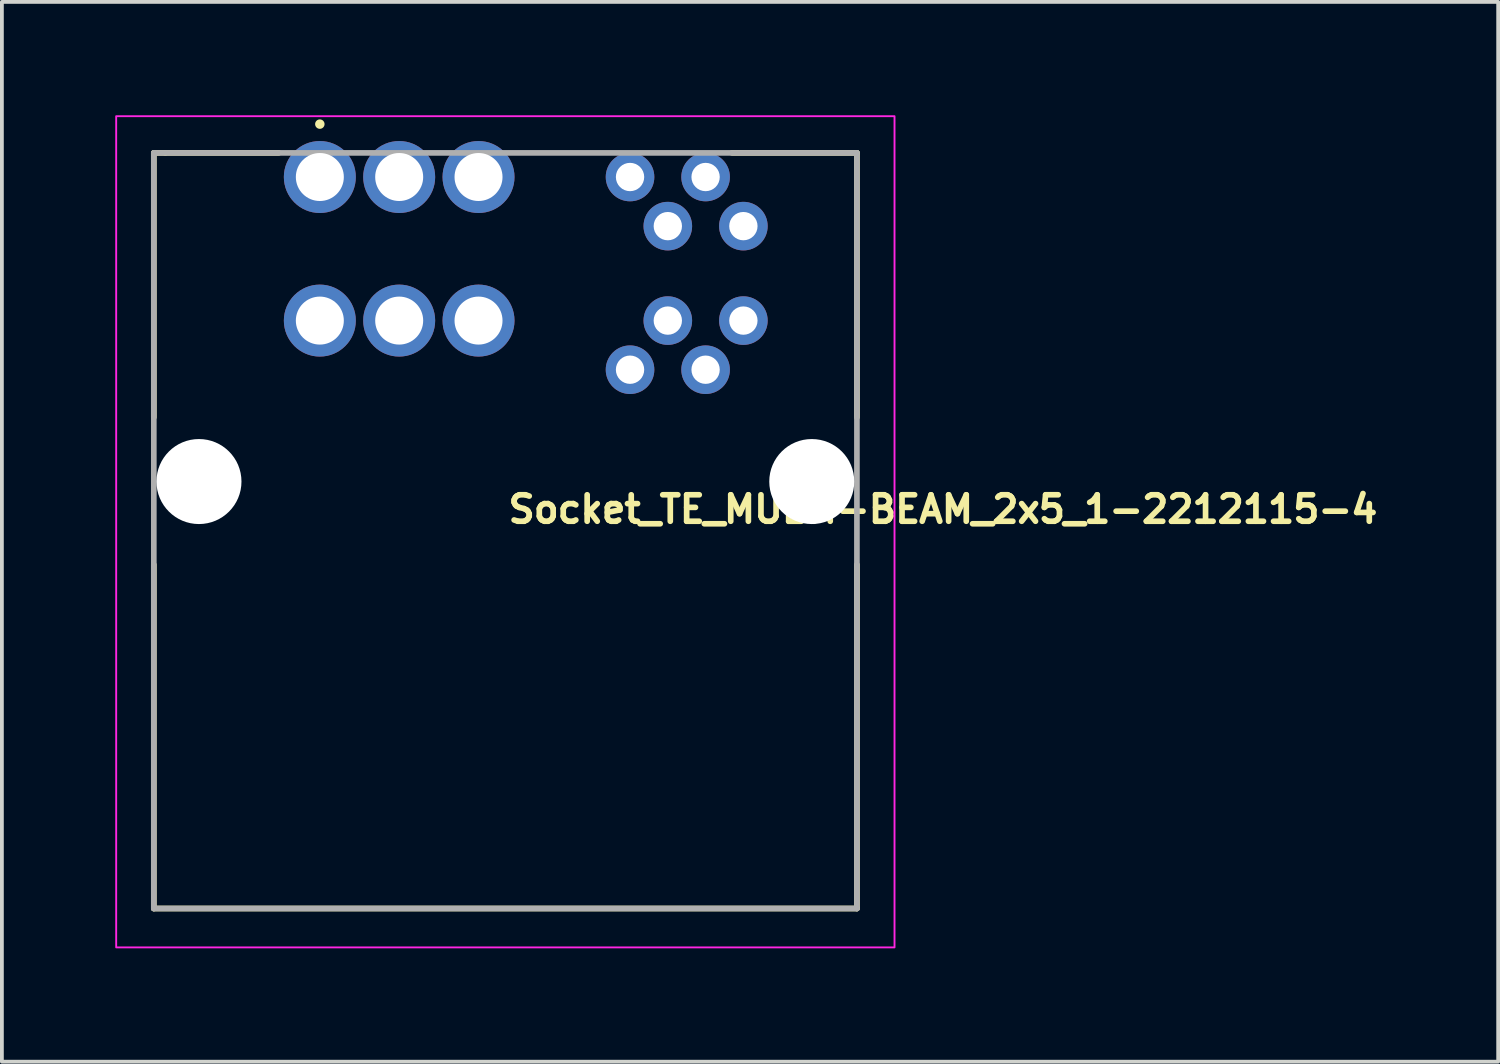
<source format=kicad_pcb>
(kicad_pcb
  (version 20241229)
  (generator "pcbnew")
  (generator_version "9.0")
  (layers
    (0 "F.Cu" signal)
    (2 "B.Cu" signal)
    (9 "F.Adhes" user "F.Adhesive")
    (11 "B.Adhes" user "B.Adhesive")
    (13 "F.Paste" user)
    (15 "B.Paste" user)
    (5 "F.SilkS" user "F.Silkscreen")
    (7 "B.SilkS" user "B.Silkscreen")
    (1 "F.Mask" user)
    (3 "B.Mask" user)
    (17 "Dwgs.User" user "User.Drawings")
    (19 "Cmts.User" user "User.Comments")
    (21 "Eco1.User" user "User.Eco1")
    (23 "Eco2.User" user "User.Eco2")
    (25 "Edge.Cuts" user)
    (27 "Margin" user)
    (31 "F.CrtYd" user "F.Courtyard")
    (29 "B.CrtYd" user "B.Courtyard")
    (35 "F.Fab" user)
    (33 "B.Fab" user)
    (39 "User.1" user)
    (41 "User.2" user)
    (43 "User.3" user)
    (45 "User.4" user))
  (footprint "Socket_TE_MULTI-BEAM_2x5_1-2212115-4"
    (layer "F.Cu")
    (at 5.415 1.635)
    (property "Reference" "Socket_TE_MULTI-BEAM_2x5_1-2212115-4" (at 4.91 9.204 0) (layer "F.SilkS") (effects (font (size 0.7 0.7) (thickness 0.15)) (justify left bottom)))
    (attr through_hole)
    (fp_line (start -4.394 -0.639) (end -4.394 6.36) (stroke (width 0.15) (type solid)) (layer "F.SilkS"))
    (fp_line (start -4.394 10.26) (end -4.394 19.36) (stroke (width 0.15) (type solid)) (layer "F.SilkS"))
    (fp_line (start -4.394 19.36) (end 14.215 19.36) (stroke (width 0.15) (type solid)) (layer "F.SilkS"))
    (fp_line (start -4.09 -0.639) (end -4.394 -0.639) (stroke (width 0.15) (type solid)) (layer "F.SilkS"))
    (fp_line (start -1.089 -0.639) (end -4.09 -0.639) (stroke (width 0.15) (type solid)) (layer "F.SilkS"))
    (fp_line (start 10.91 -0.639) (end 14.215 -0.639) (stroke (width 0.15) (type solid)) (layer "F.SilkS"))
    (fp_line (start 14.215 -0.639) (end 14.215 6.36) (stroke (width 0.15) (type solid)) (layer "F.SilkS"))
    (fp_line (start 14.215 19.36) (end 14.215 10.26) (stroke (width 0.15) (type solid)) (layer "F.SilkS"))
    (fp_circle (center 0 -1.4) (end 0.05 -1.4) (stroke (width 0.15) (type solid)) (fill yes) (layer "F.SilkS"))
    (fp_rect (start -5.39 -1.61) (end 15.21 20.39) (stroke (width 0.05) (type solid)) (fill no) (layer "F.CrtYd"))
    (fp_line (start -4.394 -0.639) (end 14.215 -0.639) (stroke (width 0.15) (type solid)) (layer "F.Fab"))
    (fp_line (start -4.394 19.36) (end -4.394 -0.639) (stroke (width 0.15) (type solid)) (layer "F.Fab"))
    (fp_line (start 14.215 -0.639) (end 14.215 19.36) (stroke (width 0.15) (type solid)) (layer "F.Fab"))
    (fp_line (start 14.215 19.36) (end -4.394 19.36) (stroke (width 0.15) (type solid)) (layer "F.Fab"))
    (fp_rect (start -4.394 -0.615) (end 14.215 19.393) (stroke (width 0.1) (type solid)) (fill no) (layer "User.5"))
    (fp_line (start -4.394 -0.605) (end -4.248 -0.605) (stroke (width 0.02) (type solid)) (layer "User.9"))
    (fp_line (start -4.394 19.393) (end -4.394 -0.605) (stroke (width 0.02) (type solid)) (layer "User.9"))
    (fp_line (start -4.248 -0.605) (end -4.248 -0.605) (stroke (width 0.02) (type solid)) (layer "User.9"))
    (fp_line (start -4.248 -0.605) (end -3.894 -0.605) (stroke (width 0.02) (type solid)) (layer "User.9"))
    (fp_line (start -4.248 19.393) (end -4.394 19.393) (stroke (width 0.02) (type solid)) (layer "User.9"))
    (fp_line (start -4.248 19.393) (end -4.248 19.393) (stroke (width 0.02) (type solid)) (layer "User.9"))
    (fp_line (start -3.894 -0.605) (end -2.495 -0.605) (stroke (width 0.02) (type solid)) (layer "User.9"))
    (fp_line (start -3.894 19.393) (end -4.248 19.393) (stroke (width 0.02) (type solid)) (layer "User.9"))
    (fp_line (start -2.495 5.094) (end -2.495 -0.605) (stroke (width 0.02) (type solid)) (layer "User.9"))
    (fp_line (start -2.195 5.394) (end -2.495 5.094) (stroke (width 0.02) (type solid)) (layer "User.9"))
    (fp_line (start -0.794 -0.165) (end -0.794 -0.158) (stroke (width 0.02) (type solid)) (layer "User.9"))
    (fp_line (start -0.794 -0.165) (end 5.005 -0.165) (stroke (width 0.02) (type solid)) (layer "User.9"))
    (fp_line (start -0.794 -0.158) (end -0.794 -0.158) (stroke (width 0.02) (type solid)) (layer "User.9"))
    (fp_line (start -0.794 -0.158) (end -0.794 -0.135) (stroke (width 0.02) (type solid)) (layer "User.9"))
    (fp_line (start -0.794 -0.135) (end -0.794 -0.135) (stroke (width 0.02) (type solid)) (layer "User.9"))
    (fp_line (start -0.794 -0.135) (end -0.794 -0.098) (stroke (width 0.02) (type solid)) (layer "User.9"))
    (fp_line (start -0.794 -0.098) (end -0.794 -0.098) (stroke (width 0.02) (type solid)) (layer "User.9"))
    (fp_line (start -0.794 -0.098) (end -0.794 -0.047) (stroke (width 0.02) (type solid)) (layer "User.9"))
    (fp_line (start -0.794 -0.047) (end -0.794 -0.047) (stroke (width 0.02) (type solid)) (layer "User.9"))
    (fp_line (start -0.794 -0.047) (end -0.794 0.017) (stroke (width 0.02) (type solid)) (layer "User.9"))
    (fp_line (start -0.794 0.017) (end -0.794 0.017) (stroke (width 0.02) (type solid)) (layer "User.9"))
    (fp_line (start -0.794 0.017) (end -0.794 0.095) (stroke (width 0.02) (type solid)) (layer "User.9"))
    (fp_line (start -0.794 0.095) (end -0.794 0.095) (stroke (width 0.02) (type solid)) (layer "User.9"))
    (fp_line (start -0.794 0.095) (end -0.794 0.185) (stroke (width 0.02) (type solid)) (layer "User.9"))
    (fp_line (start -0.794 0.185) (end -0.794 0.185) (stroke (width 0.02) (type solid)) (layer "User.9"))
    (fp_line (start -0.794 0.185) (end -0.794 0.285) (stroke (width 0.02) (type solid)) (layer "User.9"))
    (fp_line (start -0.794 0.285) (end -0.794 0.285) (stroke (width 0.02) (type solid)) (layer "User.9"))
    (fp_line (start -0.794 0.285) (end -0.794 0.395) (stroke (width 0.02) (type solid)) (layer "User.9"))
    (fp_line (start -0.794 0.395) (end -0.794 0.395) (stroke (width 0.02) (type solid)) (layer "User.9"))
    (fp_line (start -0.794 0.395) (end -0.794 0.513) (stroke (width 0.02) (type solid)) (layer "User.9"))
    (fp_line (start -0.794 0.513) (end -0.794 0.513) (stroke (width 0.02) (type solid)) (layer "User.9"))
    (fp_line (start -0.794 0.513) (end -0.794 1.034) (stroke (width 0.02) (type solid)) (layer "User.9"))
    (fp_line (start -0.794 1.034) (end -0.794 5.394) (stroke (width 0.02) (type solid)) (layer "User.9"))
    (fp_line (start 5.005 -0.165) (end 5.005 -0.158) (stroke (width 0.02) (type solid)) (layer "User.9"))
    (fp_line (start 5.005 -0.158) (end 5.005 -0.158) (stroke (width 0.02) (type solid)) (layer "User.9"))
    (fp_line (start 5.005 -0.158) (end 5.005 -0.135) (stroke (width 0.02) (type solid)) (layer "User.9"))
    (fp_line (start 5.005 -0.135) (end 5.005 -0.135) (stroke (width 0.02) (type solid)) (layer "User.9"))
    (fp_line (start 5.005 -0.135) (end 5.005 -0.098) (stroke (width 0.02) (type solid)) (layer "User.9"))
    (fp_line (start 5.005 -0.098) (end 5.005 -0.098) (stroke (width 0.02) (type solid)) (layer "User.9"))
    (fp_line (start 5.005 -0.098) (end 5.005 -0.047) (stroke (width 0.02) (type solid)) (layer "User.9"))
    (fp_line (start 5.005 -0.047) (end 5.005 -0.047) (stroke (width 0.02) (type solid)) (layer "User.9"))
    (fp_line (start 5.005 -0.047) (end 5.005 0.017) (stroke (width 0.02) (type solid)) (layer "User.9"))
    (fp_line (start 5.005 0.017) (end 5.005 0.017) (stroke (width 0.02) (type solid)) (layer "User.9"))
    (fp_line (start 5.005 0.017) (end 5.005 0.095) (stroke (width 0.02) (type solid)) (layer "User.9"))
    (fp_line (start 5.005 0.095) (end 5.005 0.095) (stroke (width 0.02) (type solid)) (layer "User.9"))
    (fp_line (start 5.005 0.095) (end 5.005 0.185) (stroke (width 0.02) (type solid)) (layer "User.9"))
    (fp_line (start 5.005 0.185) (end 5.005 0.185) (stroke (width 0.02) (type solid)) (layer "User.9"))
    (fp_line (start 5.005 0.185) (end 5.005 0.285) (stroke (width 0.02) (type solid)) (layer "User.9"))
    (fp_line (start 5.005 0.285) (end 5.005 0.285) (stroke (width 0.02) (type solid)) (layer "User.9"))
    (fp_line (start 5.005 0.285) (end 5.005 0.395) (stroke (width 0.02) (type solid)) (layer "User.9"))
    (fp_line (start 5.005 0.395) (end 5.005 0.395) (stroke (width 0.02) (type solid)) (layer "User.9"))
    (fp_line (start 5.005 0.395) (end 5.005 0.513) (stroke (width 0.02) (type solid)) (layer "User.9"))
    (fp_line (start 5.005 0.513) (end 5.005 0.513) (stroke (width 0.02) (type solid)) (layer "User.9"))
    (fp_line (start 5.005 0.513) (end 5.005 1.034) (stroke (width 0.02) (type solid)) (layer "User.9"))
    (fp_line (start 5.005 1.034) (end 5.005 5.394) (stroke (width 0.02) (type solid)) (layer "User.9"))
    (fp_line (start 5.395 5.394) (end -2.195 5.394) (stroke (width 0.02) (type solid)) (layer "User.9"))
    (fp_line (start 5.695 -0.605) (end 7.245 -0.605) (stroke (width 0.02) (type solid)) (layer "User.9"))
    (fp_line (start 5.695 5.094) (end 5.395 5.394) (stroke (width 0.02) (type solid)) (layer "User.9"))
    (fp_line (start 5.695 5.094) (end 5.695 -0.605) (stroke (width 0.02) (type solid)) (layer "User.9"))
    (fp_line (start 7.245 0.704) (end 7.295 0.704) (stroke (width 0.02) (type solid)) (layer "User.9"))
    (fp_line (start 7.245 5.764) (end 7.245 -0.605) (stroke (width 0.02) (type solid)) (layer "User.9"))
    (fp_line (start 7.245 5.782) (end 7.245 5.764) (stroke (width 0.02) (type solid)) (layer "User.9"))
    (fp_line (start 7.246 5.801) (end 7.245 5.782) (stroke (width 0.02) (type solid)) (layer "User.9"))
    (fp_line (start 7.249 5.82) (end 7.246 5.801) (stroke (width 0.02) (type solid)) (layer "User.9"))
    (fp_line (start 7.252 5.838) (end 7.249 5.82) (stroke (width 0.02) (type solid)) (layer "User.9"))
    (fp_line (start 7.256 5.856) (end 7.252 5.838) (stroke (width 0.02) (type solid)) (layer "User.9"))
    (fp_line (start 7.261 5.874) (end 7.256 5.856) (stroke (width 0.02) (type solid)) (layer "User.9"))
    (fp_line (start 7.267 5.892) (end 7.261 5.874) (stroke (width 0.02) (type solid)) (layer "User.9"))
    (fp_line (start 7.273 5.909) (end 7.267 5.892) (stroke (width 0.02) (type solid)) (layer "User.9"))
    (fp_line (start 7.281 5.926) (end 7.273 5.909) (stroke (width 0.02) (type solid)) (layer "User.9"))
    (fp_line (start 7.289 5.942) (end 7.281 5.926) (stroke (width 0.02) (type solid)) (layer "User.9"))
    (fp_line (start 7.295 -0.615) (end 7.295 0.704) (stroke (width 0.02) (type solid)) (layer "User.9"))
    (fp_line (start 7.295 2.764) (end 7.245 2.764) (stroke (width 0.02) (type solid)) (layer "User.9"))
    (fp_line (start 7.295 2.764) (end 7.295 5.484) (stroke (width 0.02) (type solid)) (layer "User.9"))
    (fp_line (start 7.295 5.484) (end 7.595 5.784) (stroke (width 0.02) (type solid)) (layer "User.9"))
    (fp_line (start 7.298 5.959) (end 7.289 5.942) (stroke (width 0.02) (type solid)) (layer "User.9"))
    (fp_line (start 7.308 5.974) (end 7.298 5.959) (stroke (width 0.02) (type solid)) (layer "User.9"))
    (fp_line (start 7.319 5.99) (end 7.308 5.974) (stroke (width 0.02) (type solid)) (layer "User.9"))
    (fp_line (start 7.331 6.004) (end 7.319 5.99) (stroke (width 0.02) (type solid)) (layer "User.9"))
    (fp_line (start 7.343 6.019) (end 7.331 6.004) (stroke (width 0.02) (type solid)) (layer "User.9"))
    (fp_line (start 7.356 6.032) (end 7.343 6.019) (stroke (width 0.02) (type solid)) (layer "User.9"))
    (fp_line (start 7.356 6.032) (end 7.356 6.032) (stroke (width 0.02) (type solid)) (layer "User.9"))
    (fp_line (start 7.369 6.045) (end 7.356 6.032) (stroke (width 0.02) (type solid)) (layer "User.9"))
    (fp_line (start 7.384 6.057) (end 7.369 6.045) (stroke (width 0.02) (type solid)) (layer "User.9"))
    (fp_line (start 7.398 6.069) (end 7.384 6.057) (stroke (width 0.02) (type solid)) (layer "User.9"))
    (fp_line (start 7.414 6.08) (end 7.398 6.069) (stroke (width 0.02) (type solid)) (layer "User.9"))
    (fp_line (start 7.429 6.09) (end 7.414 6.08) (stroke (width 0.02) (type solid)) (layer "User.9"))
    (fp_line (start 7.446 6.099) (end 7.429 6.09) (stroke (width 0.02) (type solid)) (layer "User.9"))
    (fp_line (start 7.462 6.107) (end 7.446 6.099) (stroke (width 0.02) (type solid)) (layer "User.9"))
    (fp_line (start 7.479 6.115) (end 7.462 6.107) (stroke (width 0.02) (type solid)) (layer "User.9"))
    (fp_line (start 7.496 6.121) (end 7.479 6.115) (stroke (width 0.02) (type solid)) (layer "User.9"))
    (fp_line (start 7.514 6.127) (end 7.496 6.121) (stroke (width 0.02) (type solid)) (layer "User.9"))
    (fp_line (start 7.532 6.132) (end 7.514 6.127) (stroke (width 0.02) (type solid)) (layer "User.9"))
    (fp_line (start 7.55 6.136) (end 7.532 6.132) (stroke (width 0.02) (type solid)) (layer "User.9"))
    (fp_line (start 7.568 6.139) (end 7.55 6.136) (stroke (width 0.02) (type solid)) (layer "User.9"))
    (fp_line (start 7.587 6.142) (end 7.568 6.139) (stroke (width 0.02) (type solid)) (layer "User.9"))
    (fp_line (start 7.595 5.784) (end 8.064 5.784) (stroke (width 0.02) (type solid)) (layer "User.9"))
    (fp_line (start 7.606 6.143) (end 7.587 6.142) (stroke (width 0.02) (type solid)) (layer "User.9"))
    (fp_line (start 7.625 6.144) (end 7.606 6.143) (stroke (width 0.02) (type solid)) (layer "User.9"))
    (fp_line (start 8.064 -0.113) (end 8.064 -0.12) (stroke (width 0.02) (type solid)) (layer "User.9"))
    (fp_line (start 8.064 -0.113) (end 8.064 -0.113) (stroke (width 0.02) (type solid)) (layer "User.9"))
    (fp_line (start 8.064 -0.089) (end 8.064 -0.113) (stroke (width 0.02) (type solid)) (layer "User.9"))
    (fp_line (start 8.064 -0.089) (end 8.064 -0.089) (stroke (width 0.02) (type solid)) (layer "User.9"))
    (fp_line (start 8.064 -0.05) (end 8.064 -0.089) (stroke (width 0.02) (type solid)) (layer "User.9"))
    (fp_line (start 8.064 -0.05) (end 8.064 -0.05) (stroke (width 0.02) (type solid)) (layer "User.9"))
    (fp_line (start 8.064 0.002) (end 8.064 -0.05) (stroke (width 0.02) (type solid)) (layer "User.9"))
    (fp_line (start 8.064 0.002) (end 8.064 0.002) (stroke (width 0.02) (type solid)) (layer "User.9"))
    (fp_line (start 8.064 0.07) (end 8.064 0.002) (stroke (width 0.02) (type solid)) (layer "User.9"))
    (fp_line (start 8.064 0.07) (end 8.064 0.07) (stroke (width 0.02) (type solid)) (layer "User.9"))
    (fp_line (start 8.064 0.151) (end 8.064 0.07) (stroke (width 0.02) (type solid)) (layer "User.9"))
    (fp_line (start 8.064 0.151) (end 8.064 0.151) (stroke (width 0.02) (type solid)) (layer "User.9"))
    (fp_line (start 8.064 0.245) (end 8.064 0.151) (stroke (width 0.02) (type solid)) (layer "User.9"))
    (fp_line (start 8.064 0.245) (end 8.064 0.245) (stroke (width 0.02) (type solid)) (layer "User.9"))
    (fp_line (start 8.064 0.349) (end 8.064 0.245) (stroke (width 0.02) (type solid)) (layer "User.9"))
    (fp_line (start 8.064 0.349) (end 8.064 0.349) (stroke (width 0.02) (type solid)) (layer "User.9"))
    (fp_line (start 8.064 0.463) (end 8.064 0.349) (stroke (width 0.02) (type solid)) (layer "User.9"))
    (fp_line (start 8.064 0.463) (end 8.064 0.463) (stroke (width 0.02) (type solid)) (layer "User.9"))
    (fp_line (start 8.064 0.716) (end 8.064 0.463) (stroke (width 0.02) (type solid)) (layer "User.9"))
    (fp_line (start 8.064 0.716) (end 8.064 0.716) (stroke (width 0.02) (type solid)) (layer "User.9"))
    (fp_line (start 8.064 1.129) (end 8.064 0.716) (stroke (width 0.02) (type solid)) (layer "User.9"))
    (fp_line (start 8.064 6.144) (end 8.064 1.129) (stroke (width 0.02) (type solid)) (layer "User.9"))
    (fp_line (start 8.365 -0.12) (end 8.064 -0.12) (stroke (width 0.02) (type solid)) (layer "User.9"))
    (fp_line (start 8.365 -0.113) (end 8.365 -0.12) (stroke (width 0.02) (type solid)) (layer "User.9"))
    (fp_line (start 8.365 -0.113) (end 8.365 -0.113) (stroke (width 0.02) (type solid)) (layer "User.9"))
    (fp_line (start 8.365 -0.089) (end 8.365 -0.113) (stroke (width 0.02) (type solid)) (layer "User.9"))
    (fp_line (start 8.365 -0.089) (end 8.365 -0.089) (stroke (width 0.02) (type solid)) (layer "User.9"))
    (fp_line (start 8.365 -0.05) (end 8.365 -0.089) (stroke (width 0.02) (type solid)) (layer "User.9"))
    (fp_line (start 8.365 -0.05) (end 8.365 -0.05) (stroke (width 0.02) (type solid)) (layer "User.9"))
    (fp_line (start 8.365 0.002) (end 8.365 -0.05) (stroke (width 0.02) (type solid)) (layer "User.9"))
    (fp_line (start 8.365 0.002) (end 8.365 0.002) (stroke (width 0.02) (type solid)) (layer "User.9"))
    (fp_line (start 8.365 0.07) (end 8.365 0.002) (stroke (width 0.02) (type solid)) (layer "User.9"))
    (fp_line (start 8.365 0.07) (end 8.365 0.07) (stroke (width 0.02) (type solid)) (layer "User.9"))
    (fp_line (start 8.365 0.151) (end 8.365 0.07) (stroke (width 0.02) (type solid)) (layer "User.9"))
    (fp_line (start 8.365 0.151) (end 8.365 0.151) (stroke (width 0.02) (type solid)) (layer "User.9"))
    (fp_line (start 8.365 0.245) (end 8.365 0.151) (stroke (width 0.02) (type solid)) (layer "User.9"))
    (fp_line (start 8.365 0.245) (end 8.365 0.245) (stroke (width 0.02) (type solid)) (layer "User.9"))
    (fp_line (start 8.365 0.349) (end 8.365 0.245) (stroke (width 0.02) (type solid)) (layer "User.9"))
    (fp_line (start 8.365 0.349) (end 8.365 0.349) (stroke (width 0.02) (type solid)) (layer "User.9"))
    (fp_line (start 8.365 0.463) (end 8.365 0.349) (stroke (width 0.02) (type solid)) (layer "User.9"))
    (fp_line (start 8.365 0.463) (end 8.365 0.463) (stroke (width 0.02) (type solid)) (layer "User.9"))
    (fp_line (start 8.365 0.716) (end 8.365 0.463) (stroke (width 0.02) (type solid)) (layer "User.9"))
    (fp_line (start 8.365 0.716) (end 8.365 0.716) (stroke (width 0.02) (type solid)) (layer "User.9"))
    (fp_line (start 8.365 1.129) (end 8.365 0.716) (stroke (width 0.02) (type solid)) (layer "User.9"))
    (fp_line (start 8.365 5.784) (end 9.065 5.784) (stroke (width 0.02) (type solid)) (layer "User.9"))
    (fp_line (start 8.365 6.144) (end 8.365 1.129) (stroke (width 0.02) (type solid)) (layer "User.9"))
    (fp_line (start 9.065 1.186) (end 9.065 1.179) (stroke (width 0.02) (type solid)) (layer "User.9"))
    (fp_line (start 9.065 1.186) (end 9.065 1.186) (stroke (width 0.02) (type solid)) (layer "User.9"))
    (fp_line (start 9.065 1.21) (end 9.065 1.186) (stroke (width 0.02) (type solid)) (layer "User.9"))
    (fp_line (start 9.065 1.21) (end 9.065 1.21) (stroke (width 0.02) (type solid)) (layer "User.9"))
    (fp_line (start 9.065 1.249) (end 9.065 1.21) (stroke (width 0.02) (type solid)) (layer "User.9"))
    (fp_line (start 9.065 1.249) (end 9.065 1.249) (stroke (width 0.02) (type solid)) (layer "User.9"))
    (fp_line (start 9.065 1.302) (end 9.065 1.249) (stroke (width 0.02) (type solid)) (layer "User.9"))
    (fp_line (start 9.065 1.302) (end 9.065 1.302) (stroke (width 0.02) (type solid)) (layer "User.9"))
    (fp_line (start 9.065 1.37) (end 9.065 1.302) (stroke (width 0.02) (type solid)) (layer "User.9"))
    (fp_line (start 9.065 1.37) (end 9.065 1.37) (stroke (width 0.02) (type solid)) (layer "User.9"))
    (fp_line (start 9.065 1.451) (end 9.065 1.37) (stroke (width 0.02) (type solid)) (layer "User.9"))
    (fp_line (start 9.065 1.451) (end 9.065 1.451) (stroke (width 0.02) (type solid)) (layer "User.9"))
    (fp_line (start 9.065 1.545) (end 9.065 1.451) (stroke (width 0.02) (type solid)) (layer "User.9"))
    (fp_line (start 9.065 1.545) (end 9.065 1.545) (stroke (width 0.02) (type solid)) (layer "User.9"))
    (fp_line (start 9.065 1.649) (end 9.065 1.545) (stroke (width 0.02) (type solid)) (layer "User.9"))
    (fp_line (start 9.065 1.649) (end 9.065 1.649) (stroke (width 0.02) (type solid)) (layer "User.9"))
    (fp_line (start 9.065 1.763) (end 9.065 1.649) (stroke (width 0.02) (type solid)) (layer "User.9"))
    (fp_line (start 9.065 1.763) (end 9.065 1.763) (stroke (width 0.02) (type solid)) (layer "User.9"))
    (fp_line (start 9.065 2.016) (end 9.065 1.763) (stroke (width 0.02) (type solid)) (layer "User.9"))
    (fp_line (start 9.065 2.016) (end 9.065 2.016) (stroke (width 0.02) (type solid)) (layer "User.9"))
    (fp_line (start 9.065 2.429) (end 9.065 2.016) (stroke (width 0.02) (type solid)) (layer "User.9"))
    (fp_line (start 9.065 6.144) (end 9.065 2.429) (stroke (width 0.02) (type solid)) (layer "User.9"))
    (fp_line (start 9.365 1.179) (end 9.065 1.179) (stroke (width 0.02) (type solid)) (layer "User.9"))
    (fp_line (start 9.365 1.186) (end 9.365 1.179) (stroke (width 0.02) (type solid)) (layer "User.9"))
    (fp_line (start 9.365 1.186) (end 9.365 1.186) (stroke (width 0.02) (type solid)) (layer "User.9"))
    (fp_line (start 9.365 1.21) (end 9.365 1.186) (stroke (width 0.02) (type solid)) (layer "User.9"))
    (fp_line (start 9.365 1.21) (end 9.365 1.21) (stroke (width 0.02) (type solid)) (layer "User.9"))
    (fp_line (start 9.365 1.249) (end 9.365 1.21) (stroke (width 0.02) (type solid)) (layer "User.9"))
    (fp_line (start 9.365 1.249) (end 9.365 1.249) (stroke (width 0.02) (type solid)) (layer "User.9"))
    (fp_line (start 9.365 1.302) (end 9.365 1.249) (stroke (width 0.02) (type solid)) (layer "User.9"))
    (fp_line (start 9.365 1.302) (end 9.365 1.302) (stroke (width 0.02) (type solid)) (layer "User.9"))
    (fp_line (start 9.365 1.37) (end 9.365 1.302) (stroke (width 0.02) (type solid)) (layer "User.9"))
    (fp_line (start 9.365 1.37) (end 9.365 1.37) (stroke (width 0.02) (type solid)) (layer "User.9"))
    (fp_line (start 9.365 1.451) (end 9.365 1.37) (stroke (width 0.02) (type solid)) (layer "User.9"))
    (fp_line (start 9.365 1.451) (end 9.365 1.451) (stroke (width 0.02) (type solid)) (layer "User.9"))
    (fp_line (start 9.365 1.545) (end 9.365 1.451) (stroke (width 0.02) (type solid)) (layer "User.9"))
    (fp_line (start 9.365 1.545) (end 9.365 1.545) (stroke (width 0.02) (type solid)) (layer "User.9"))
    (fp_line (start 9.365 1.649) (end 9.365 1.545) (stroke (width 0.02) (type solid)) (layer "User.9"))
    (fp_line (start 9.365 1.649) (end 9.365 1.649) (stroke (width 0.02) (type solid)) (layer "User.9"))
    (fp_line (start 9.365 1.763) (end 9.365 1.649) (stroke (width 0.02) (type solid)) (layer "User.9"))
    (fp_line (start 9.365 1.763) (end 9.365 1.763) (stroke (width 0.02) (type solid)) (layer "User.9"))
    (fp_line (start 9.365 2.016) (end 9.365 1.763) (stroke (width 0.02) (type solid)) (layer "User.9"))
    (fp_line (start 9.365 2.016) (end 9.365 2.016) (stroke (width 0.02) (type solid)) (layer "User.9"))
    (fp_line (start 9.365 2.429) (end 9.365 2.016) (stroke (width 0.02) (type solid)) (layer "User.9"))
    (fp_line (start 9.365 5.784) (end 10.065 5.784) (stroke (width 0.02) (type solid)) (layer "User.9"))
    (fp_line (start 9.365 6.144) (end 9.365 2.429) (stroke (width 0.02) (type solid)) (layer "User.9"))
    (fp_line (start 10.065 -0.113) (end 10.065 -0.12) (stroke (width 0.02) (type solid)) (layer "User.9"))
    (fp_line (start 10.065 -0.113) (end 10.065 -0.113) (stroke (width 0.02) (type solid)) (layer "User.9"))
    (fp_line (start 10.065 -0.089) (end 10.065 -0.113) (stroke (width 0.02) (type solid)) (layer "User.9"))
    (fp_line (start 10.065 -0.089) (end 10.065 -0.089) (stroke (width 0.02) (type solid)) (layer "User.9"))
    (fp_line (start 10.065 -0.05) (end 10.065 -0.089) (stroke (width 0.02) (type solid)) (layer "User.9"))
    (fp_line (start 10.065 -0.05) (end 10.065 -0.05) (stroke (width 0.02) (type solid)) (layer "User.9"))
    (fp_line (start 10.065 0.002) (end 10.065 -0.05) (stroke (width 0.02) (type solid)) (layer "User.9"))
    (fp_line (start 10.065 0.002) (end 10.065 0.002) (stroke (width 0.02) (type solid)) (layer "User.9"))
    (fp_line (start 10.065 0.07) (end 10.065 0.002) (stroke (width 0.02) (type solid)) (layer "User.9"))
    (fp_line (start 10.065 0.07) (end 10.065 0.07) (stroke (width 0.02) (type solid)) (layer "User.9"))
    (fp_line (start 10.065 0.151) (end 10.065 0.07) (stroke (width 0.02) (type solid)) (layer "User.9"))
    (fp_line (start 10.065 0.151) (end 10.065 0.151) (stroke (width 0.02) (type solid)) (layer "User.9"))
    (fp_line (start 10.065 0.245) (end 10.065 0.151) (stroke (width 0.02) (type solid)) (layer "User.9"))
    (fp_line (start 10.065 0.245) (end 10.065 0.245) (stroke (width 0.02) (type solid)) (layer "User.9"))
    (fp_line (start 10.065 0.349) (end 10.065 0.245) (stroke (width 0.02) (type solid)) (layer "User.9"))
    (fp_line (start 10.065 0.349) (end 10.065 0.349) (stroke (width 0.02) (type solid)) (layer "User.9"))
    (fp_line (start 10.065 0.463) (end 10.065 0.349) (stroke (width 0.02) (type solid)) (layer "User.9"))
    (fp_line (start 10.065 0.463) (end 10.065 0.463) (stroke (width 0.02) (type solid)) (layer "User.9"))
    (fp_line (start 10.065 0.716) (end 10.065 0.463) (stroke (width 0.02) (type solid)) (layer "User.9"))
    (fp_line (start 10.065 0.716) (end 10.065 0.716) (stroke (width 0.02) (type solid)) (layer "User.9"))
    (fp_line (start 10.065 1.129) (end 10.065 0.716) (stroke (width 0.02) (type solid)) (layer "User.9"))
    (fp_line (start 10.065 6.144) (end 10.065 1.129) (stroke (width 0.02) (type solid)) (layer "User.9"))
    (fp_line (start 10.365 -0.12) (end 10.065 -0.12) (stroke (width 0.02) (type solid)) (layer "User.9"))
    (fp_line (start 10.365 -0.113) (end 10.365 -0.12) (stroke (width 0.02) (type solid)) (layer "User.9"))
    (fp_line (start 10.365 -0.113) (end 10.365 -0.113) (stroke (width 0.02) (type solid)) (layer "User.9"))
    (fp_line (start 10.365 -0.089) (end 10.365 -0.113) (stroke (width 0.02) (type solid)) (layer "User.9"))
    (fp_line (start 10.365 -0.089) (end 10.365 -0.089) (stroke (width 0.02) (type solid)) (layer "User.9"))
    (fp_line (start 10.365 -0.05) (end 10.365 -0.089) (stroke (width 0.02) (type solid)) (layer "User.9"))
    (fp_line (start 10.365 -0.05) (end 10.365 -0.05) (stroke (width 0.02) (type solid)) (layer "User.9"))
    (fp_line (start 10.365 0.002) (end 10.365 -0.05) (stroke (width 0.02) (type solid)) (layer "User.9"))
    (fp_line (start 10.365 0.002) (end 10.365 0.002) (stroke (width 0.02) (type solid)) (layer "User.9"))
    (fp_line (start 10.365 0.07) (end 10.365 0.002) (stroke (width 0.02) (type solid)) (layer "User.9"))
    (fp_line (start 10.365 0.07) (end 10.365 0.07) (stroke (width 0.02) (type solid)) (layer "User.9"))
    (fp_line (start 10.365 0.151) (end 10.365 0.07) (stroke (width 0.02) (type solid)) (layer "User.9"))
    (fp_line (start 10.365 0.151) (end 10.365 0.151) (stroke (width 0.02) (type solid)) (layer "User.9"))
    (fp_line (start 10.365 0.245) (end 10.365 0.151) (stroke (width 0.02) (type solid)) (layer "User.9"))
    (fp_line (start 10.365 0.245) (end 10.365 0.245) (stroke (width 0.02) (type solid)) (layer "User.9"))
    (fp_line (start 10.365 0.349) (end 10.365 0.245) (stroke (width 0.02) (type solid)) (layer "User.9"))
    (fp_line (start 10.365 0.349) (end 10.365 0.349) (stroke (width 0.02) (type solid)) (layer "User.9"))
    (fp_line (start 10.365 0.463) (end 10.365 0.349) (stroke (width 0.02) (type solid)) (layer "User.9"))
    (fp_line (start 10.365 0.463) (end 10.365 0.463) (stroke (width 0.02) (type solid)) (layer "User.9"))
    (fp_line (start 10.365 0.716) (end 10.365 0.463) (stroke (width 0.02) (type solid)) (layer "User.9"))
    (fp_line (start 10.365 0.716) (end 10.365 0.716) (stroke (width 0.02) (type solid)) (layer "User.9"))
    (fp_line (start 10.365 1.129) (end 10.365 0.716) (stroke (width 0.02) (type solid)) (layer "User.9"))
    (fp_line (start 10.365 5.784) (end 11.065 5.784) (stroke (width 0.02) (type solid)) (layer "User.9"))
    (fp_line (start 10.365 6.144) (end 10.365 1.129) (stroke (width 0.02) (type solid)) (layer "User.9"))
    (fp_line (start 11.065 1.186) (end 11.065 1.179) (stroke (width 0.02) (type solid)) (layer "User.9"))
    (fp_line (start 11.065 1.186) (end 11.065 1.186) (stroke (width 0.02) (type solid)) (layer "User.9"))
    (fp_line (start 11.065 1.21) (end 11.065 1.186) (stroke (width 0.02) (type solid)) (layer "User.9"))
    (fp_line (start 11.065 1.21) (end 11.065 1.21) (stroke (width 0.02) (type solid)) (layer "User.9"))
    (fp_line (start 11.065 1.249) (end 11.065 1.21) (stroke (width 0.02) (type solid)) (layer "User.9"))
    (fp_line (start 11.065 1.249) (end 11.065 1.249) (stroke (width 0.02) (type solid)) (layer "User.9"))
    (fp_line (start 11.065 1.302) (end 11.065 1.249) (stroke (width 0.02) (type solid)) (layer "User.9"))
    (fp_line (start 11.065 1.302) (end 11.065 1.302) (stroke (width 0.02) (type solid)) (layer "User.9"))
    (fp_line (start 11.065 1.37) (end 11.065 1.302) (stroke (width 0.02) (type solid)) (layer "User.9"))
    (fp_line (start 11.065 1.37) (end 11.065 1.37) (stroke (width 0.02) (type solid)) (layer "User.9"))
    (fp_line (start 11.065 1.451) (end 11.065 1.37) (stroke (width 0.02) (type solid)) (layer "User.9"))
    (fp_line (start 11.065 1.451) (end 11.065 1.451) (stroke (width 0.02) (type solid)) (layer "User.9"))
    (fp_line (start 11.065 1.545) (end 11.065 1.451) (stroke (width 0.02) (type solid)) (layer "User.9"))
    (fp_line (start 11.065 1.545) (end 11.065 1.545) (stroke (width 0.02) (type solid)) (layer "User.9"))
    (fp_line (start 11.065 1.649) (end 11.065 1.545) (stroke (width 0.02) (type solid)) (layer "User.9"))
    (fp_line (start 11.065 1.649) (end 11.065 1.649) (stroke (width 0.02) (type solid)) (layer "User.9"))
    (fp_line (start 11.065 1.763) (end 11.065 1.649) (stroke (width 0.02) (type solid)) (layer "User.9"))
    (fp_line (start 11.065 1.763) (end 11.065 1.763) (stroke (width 0.02) (type solid)) (layer "User.9"))
    (fp_line (start 11.065 2.016) (end 11.065 1.763) (stroke (width 0.02) (type solid)) (layer "User.9"))
    (fp_line (start 11.065 2.016) (end 11.065 2.016) (stroke (width 0.02) (type solid)) (layer "User.9"))
    (fp_line (start 11.065 2.429) (end 11.065 2.016) (stroke (width 0.02) (type solid)) (layer "User.9"))
    (fp_line (start 11.065 6.144) (end 11.065 2.429) (stroke (width 0.02) (type solid)) (layer "User.9"))
    (fp_line (start 11.365 1.179) (end 11.065 1.179) (stroke (width 0.02) (type solid)) (layer "User.9"))
    (fp_line (start 11.365 1.186) (end 11.365 1.179) (stroke (width 0.02) (type solid)) (layer "User.9"))
    (fp_line (start 11.365 1.186) (end 11.365 1.186) (stroke (width 0.02) (type solid)) (layer "User.9"))
    (fp_line (start 11.365 1.21) (end 11.365 1.186) (stroke (width 0.02) (type solid)) (layer "User.9"))
    (fp_line (start 11.365 1.21) (end 11.365 1.21) (stroke (width 0.02) (type solid)) (layer "User.9"))
    (fp_line (start 11.365 1.249) (end 11.365 1.21) (stroke (width 0.02) (type solid)) (layer "User.9"))
    (fp_line (start 11.365 1.249) (end 11.365 1.249) (stroke (width 0.02) (type solid)) (layer "User.9"))
    (fp_line (start 11.365 1.302) (end 11.365 1.249) (stroke (width 0.02) (type solid)) (layer "User.9"))
    (fp_line (start 11.365 1.302) (end 11.365 1.302) (stroke (width 0.02) (type solid)) (layer "User.9"))
    (fp_line (start 11.365 1.37) (end 11.365 1.302) (stroke (width 0.02) (type solid)) (layer "User.9"))
    (fp_line (start 11.365 1.37) (end 11.365 1.37) (stroke (width 0.02) (type solid)) (layer "User.9"))
    (fp_line (start 11.365 1.451) (end 11.365 1.37) (stroke (width 0.02) (type solid)) (layer "User.9"))
    (fp_line (start 11.365 1.451) (end 11.365 1.451) (stroke (width 0.02) (type solid)) (layer "User.9"))
    (fp_line (start 11.365 1.545) (end 11.365 1.451) (stroke (width 0.02) (type solid)) (layer "User.9"))
    (fp_line (start 11.365 1.545) (end 11.365 1.545) (stroke (width 0.02) (type solid)) (layer "User.9"))
    (fp_line (start 11.365 1.649) (end 11.365 1.545) (stroke (width 0.02) (type solid)) (layer "User.9"))
    (fp_line (start 11.365 1.649) (end 11.365 1.649) (stroke (width 0.02) (type solid)) (layer "User.9"))
    (fp_line (start 11.365 1.763) (end 11.365 1.649) (stroke (width 0.02) (type solid)) (layer "User.9"))
    (fp_line (start 11.365 1.763) (end 11.365 1.763) (stroke (width 0.02) (type solid)) (layer "User.9"))
    (fp_line (start 11.365 2.016) (end 11.365 1.763) (stroke (width 0.02) (type solid)) (layer "User.9"))
    (fp_line (start 11.365 2.016) (end 11.365 2.016) (stroke (width 0.02) (type solid)) (layer "User.9"))
    (fp_line (start 11.365 2.429) (end 11.365 2.016) (stroke (width 0.02) (type solid)) (layer "User.9"))
    (fp_line (start 11.365 5.784) (end 11.965 5.784) (stroke (width 0.02) (type solid)) (layer "User.9"))
    (fp_line (start 11.365 6.144) (end 11.365 2.429) (stroke (width 0.02) (type solid)) (layer "User.9"))
    (fp_line (start 11.935 6.144) (end 7.625 6.144) (stroke (width 0.02) (type solid)) (layer "User.9"))
    (fp_line (start 11.953 6.143) (end 11.935 6.144) (stroke (width 0.02) (type solid)) (layer "User.9"))
    (fp_line (start 11.965 5.784) (end 12.265 5.484) (stroke (width 0.02) (type solid)) (layer "User.9"))
    (fp_line (start 11.972 6.142) (end 11.953 6.143) (stroke (width 0.02) (type solid)) (layer "User.9"))
    (fp_line (start 11.991 6.139) (end 11.972 6.142) (stroke (width 0.02) (type solid)) (layer "User.9"))
    (fp_line (start 12.009 6.136) (end 11.991 6.139) (stroke (width 0.02) (type solid)) (layer "User.9"))
    (fp_line (start 12.027 6.132) (end 12.009 6.136) (stroke (width 0.02) (type solid)) (layer "User.9"))
    (fp_line (start 12.045 6.127) (end 12.027 6.132) (stroke (width 0.02) (type solid)) (layer "User.9"))
    (fp_line (start 12.063 6.121) (end 12.045 6.127) (stroke (width 0.02) (type solid)) (layer "User.9"))
    (fp_line (start 12.08 6.115) (end 12.063 6.121) (stroke (width 0.02) (type solid)) (layer "User.9"))
    (fp_line (start 12.097 6.107) (end 12.08 6.115) (stroke (width 0.02) (type solid)) (layer "User.9"))
    (fp_line (start 12.113 6.099) (end 12.097 6.107) (stroke (width 0.02) (type solid)) (layer "User.9"))
    (fp_line (start 12.13 6.09) (end 12.113 6.099) (stroke (width 0.02) (type solid)) (layer "User.9"))
    (fp_line (start 12.145 6.08) (end 12.13 6.09) (stroke (width 0.02) (type solid)) (layer "User.9"))
    (fp_line (start 12.161 6.069) (end 12.145 6.08) (stroke (width 0.02) (type solid)) (layer "User.9"))
    (fp_line (start 12.175 6.057) (end 12.161 6.069) (stroke (width 0.02) (type solid)) (layer "User.9"))
    (fp_line (start 12.19 6.045) (end 12.175 6.057) (stroke (width 0.02) (type solid)) (layer "User.9"))
    (fp_line (start 12.203 6.032) (end 12.19 6.045) (stroke (width 0.02) (type solid)) (layer "User.9"))
    (fp_line (start 12.203 6.032) (end 12.203 6.032) (stroke (width 0.02) (type solid)) (layer "User.9"))
    (fp_line (start 12.216 6.019) (end 12.203 6.032) (stroke (width 0.02) (type solid)) (layer "User.9"))
    (fp_line (start 12.228 6.004) (end 12.216 6.019) (stroke (width 0.02) (type solid)) (layer "User.9"))
    (fp_line (start 12.24 5.99) (end 12.228 6.004) (stroke (width 0.02) (type solid)) (layer "User.9"))
    (fp_line (start 12.251 5.974) (end 12.24 5.99) (stroke (width 0.02) (type solid)) (layer "User.9"))
    (fp_line (start 12.261 5.959) (end 12.251 5.974) (stroke (width 0.02) (type solid)) (layer "User.9"))
    (fp_line (start 12.265 -0.615) (end 7.295 -0.615) (stroke (width 0.02) (type solid)) (layer "User.9"))
    (fp_line (start 12.265 0.704) (end 12.265 -0.615) (stroke (width 0.02) (type solid)) (layer "User.9"))
    (fp_line (start 12.265 0.704) (end 12.315 0.704) (stroke (width 0.02) (type solid)) (layer "User.9"))
    (fp_line (start 12.265 5.484) (end 12.265 2.764) (stroke (width 0.02) (type solid)) (layer "User.9"))
    (fp_line (start 12.27 5.942) (end 12.261 5.959) (stroke (width 0.02) (type solid)) (layer "User.9"))
    (fp_line (start 12.278 5.926) (end 12.27 5.942) (stroke (width 0.02) (type solid)) (layer "User.9"))
    (fp_line (start 12.286 5.909) (end 12.278 5.926) (stroke (width 0.02) (type solid)) (layer "User.9"))
    (fp_line (start 12.292 5.892) (end 12.286 5.909) (stroke (width 0.02) (type solid)) (layer "User.9"))
    (fp_line (start 12.298 5.874) (end 12.292 5.892) (stroke (width 0.02) (type solid)) (layer "User.9"))
    (fp_line (start 12.303 5.856) (end 12.298 5.874) (stroke (width 0.02) (type solid)) (layer "User.9"))
    (fp_line (start 12.307 5.838) (end 12.303 5.856) (stroke (width 0.02) (type solid)) (layer "User.9"))
    (fp_line (start 12.31 5.82) (end 12.307 5.838) (stroke (width 0.02) (type solid)) (layer "User.9"))
    (fp_line (start 12.313 5.801) (end 12.31 5.82) (stroke (width 0.02) (type solid)) (layer "User.9"))
    (fp_line (start 12.314 5.782) (end 12.313 5.801) (stroke (width 0.02) (type solid)) (layer "User.9"))
    (fp_line (start 12.315 -0.605) (end 12.315 5.764) (stroke (width 0.02) (type solid)) (layer "User.9"))
    (fp_line (start 12.315 -0.605) (end 13.715 -0.605) (stroke (width 0.02) (type solid)) (layer "User.9"))
    (fp_line (start 12.315 2.764) (end 12.265 2.764) (stroke (width 0.02) (type solid)) (layer "User.9"))
    (fp_line (start 12.315 5.764) (end 12.314 5.782) (stroke (width 0.02) (type solid)) (layer "User.9"))
    (fp_line (start 13.715 -0.605) (end 14.068 -0.605) (stroke (width 0.02) (type solid)) (layer "User.9"))
    (fp_line (start 13.715 19.393) (end -3.894 19.393) (stroke (width 0.02) (type solid)) (layer "User.9"))
    (fp_line (start 14.068 -0.605) (end 14.068 -0.605) (stroke (width 0.02) (type solid)) (layer "User.9"))
    (fp_line (start 14.068 -0.605) (end 14.215 -0.605) (stroke (width 0.02) (type solid)) (layer "User.9"))
    (fp_line (start 14.068 19.393) (end 13.715 19.393) (stroke (width 0.02) (type solid)) (layer "User.9"))
    (fp_line (start 14.068 19.393) (end 14.068 19.393) (stroke (width 0.02) (type solid)) (layer "User.9"))
    (fp_line (start 14.215 19.393) (end 14.068 19.393) (stroke (width 0.02) (type solid)) (layer "User.9"))
    (fp_line (start 14.215 19.393) (end 14.215 -0.605) (stroke (width 0.02) (type solid)) (layer "User.9"))
    (pad "" np_thru_hole circle (at -3.199 8.06) (size 2.25 2.25) (drill 2.25) (layers "*.Cu" "*.Mask"))
    (pad "" np_thru_hole circle (at 13.02 8.06) (size 2.25 2.25) (drill 2.25) (layers "*.Cu" "*.Mask"))
    (pad "1" thru_hole circle (at 0 0) (size 1.905 1.905) (drill 1.27) (layers "*.Cu" "*.Mask"))
    (pad "1" thru_hole circle (at 2.1 0) (size 1.905 1.905) (drill 1.27) (layers "*.Cu" "*.Mask"))
    (pad "1" thru_hole circle (at 4.2 0) (size 1.905 1.905) (drill 1.27) (layers "*.Cu" "*.Mask"))
    (pad "4" thru_hole circle (at 0 3.8) (size 1.905 1.905) (drill 1.27) (layers "*.Cu" "*.Mask"))
    (pad "4" thru_hole circle (at 2.1 3.8) (size 1.905 1.905) (drill 1.27) (layers "*.Cu" "*.Mask"))
    (pad "4" thru_hole circle (at 4.2 3.8) (size 1.905 1.905) (drill 1.27) (layers "*.Cu" "*.Mask"))
    (pad "7" thru_hole circle (at 8.21 0) (size 1.286 1.286) (drill 0.75) (layers "*.Cu" "*.Mask"))
    (pad "8" thru_hole circle (at 9.21 1.3) (size 1.286 1.286) (drill 0.75) (layers "*.Cu" "*.Mask"))
    (pad "9" thru_hole circle (at 10.21 0) (size 1.286 1.286) (drill 0.75) (layers "*.Cu" "*.Mask"))
    (pad "10" thru_hole circle (at 11.21 1.3) (size 1.286 1.286) (drill 0.75) (layers "*.Cu" "*.Mask"))
    (pad "11" thru_hole circle (at 8.21 5.1) (size 1.286 1.286) (drill 0.75) (layers "*.Cu" "*.Mask"))
    (pad "12" thru_hole circle (at 9.21 3.8) (size 1.286 1.286) (drill 0.75) (layers "*.Cu" "*.Mask"))
    (pad "13" thru_hole circle (at 10.21 5.1) (size 1.286 1.286) (drill 0.75) (layers "*.Cu" "*.Mask"))
    (pad "14" thru_hole circle (at 11.21 3.8) (size 1.286 1.286) (drill 0.75) (layers "*.Cu" "*.Mask")))
  (gr_rect
    (start -3 -3)
    (end 36.602 25.05)
    (stroke (width 0.1) (type default))
    (fill no)
    (layer "Edge.Cuts")))
</source>
